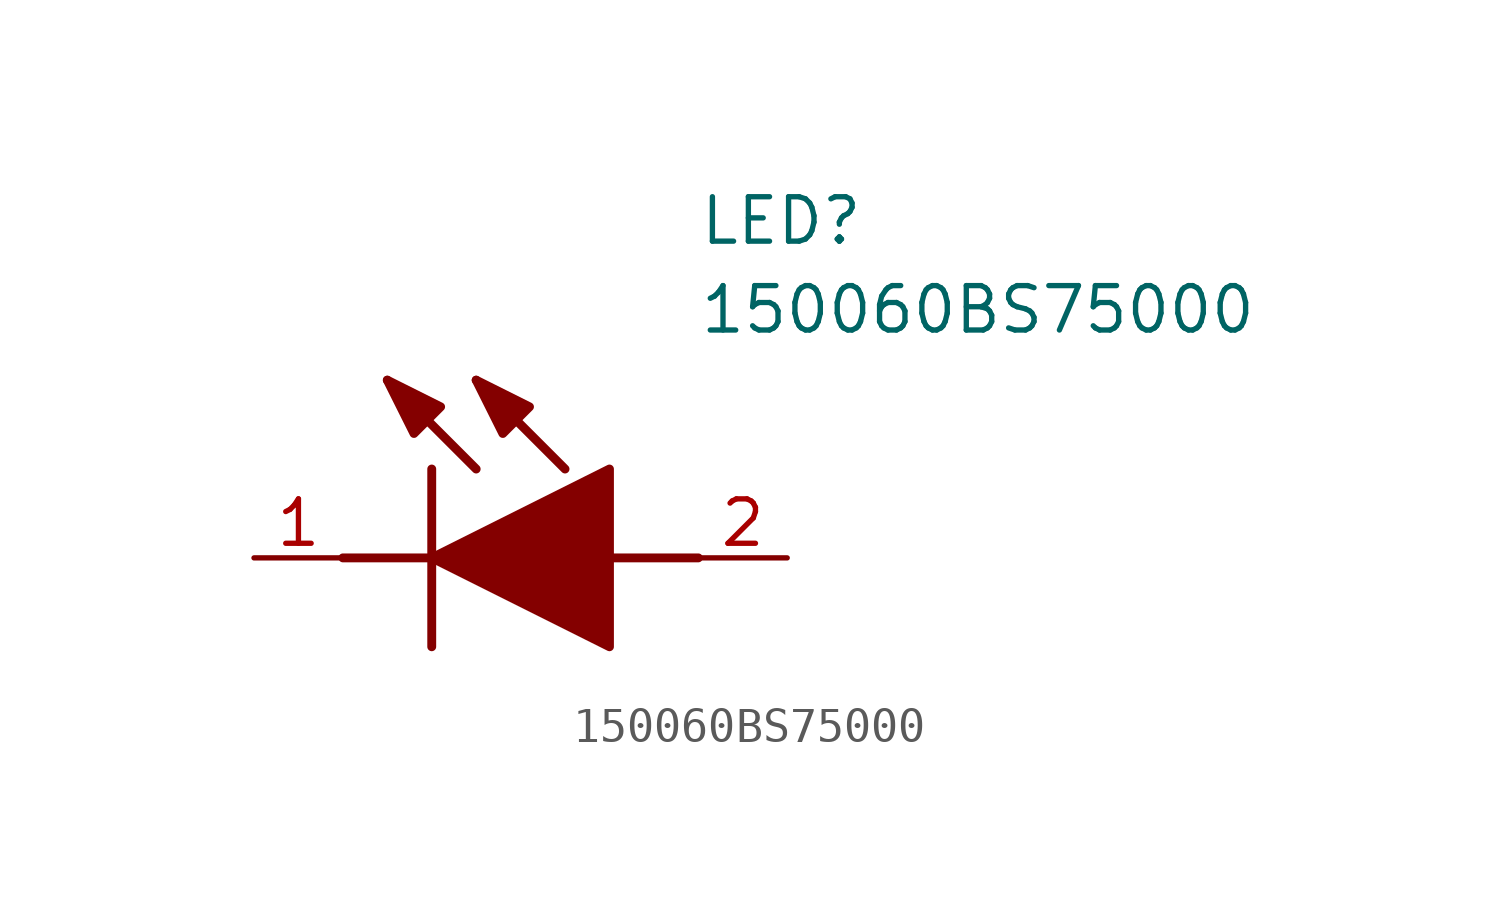
<source format=kicad_sym>
(kicad_symbol_lib
  (version 20211014)
  (generator SamacSys_ECAD_Model)
  (symbol "150060BS75000"
    (pin_names hide)
    (property "Reference" "LED"
      (at 12.7 8.89 0)
      (effects (font (size 1.27 1.27)) (justify left bottom)))
    (property "Value" "150060BS75000"
      (at 12.7 6.35 0)
      (effects (font (size 1.27 1.27)) (justify left bottom)))
    (polyline
      (pts (xy 5.08 2.54) (xy 5.08 -2.54))
      (stroke (width 0.254) (type default))
      (fill (type none)))
    (polyline
      (pts (xy 6.35 2.54) (xy 3.81 5.08))
      (stroke (width 0.254) (type default))
      (fill (type none)))
    (polyline
      (pts (xy 8.89 2.54) (xy 6.35 5.08))
      (stroke (width 0.254) (type default))
      (fill (type none)))
    (polyline
      (pts (xy 2.54 0) (xy 5.08 0))
      (stroke (width 0.254) (type default))
      (fill (type none)))
    (polyline
      (pts (xy 10.16 0) (xy 12.7 0))
      (stroke (width 0.254) (type default))
      (fill (type none)))
    (polyline
      (pts (xy 5.08 0) (xy 10.16 2.54) (xy 10.16 -2.54) (xy 5.08 0))
      (stroke (width 0.254) (type default))
      (fill (type outline)))
    (polyline
      (pts (xy 5.334 4.318) (xy 4.572 3.556) (xy 3.81 5.08) (xy 5.334 4.318))
      (stroke (width 0.254) (type default))
      (fill (type outline)))
    (polyline
      (pts (xy 7.874 4.318) (xy 7.112 3.556) (xy 6.35 5.08) (xy 7.874 4.318))
      (stroke (width 0.254) (type default))
      (fill (type outline)))
    (pin passive line
      (at 0 0 0)
      (length 2.54)
      (name "K" (effects (font (size 1.27 1.27))))
      (number "1" (effects (font (size 1.27 1.27)))))
    (pin passive line
      (at 15.24 0 180)
      (length 2.54)
      (name "A" (effects (font (size 1.27 1.27))))
      (number "2" (effects (font (size 1.27 1.27)))))))
</source>
